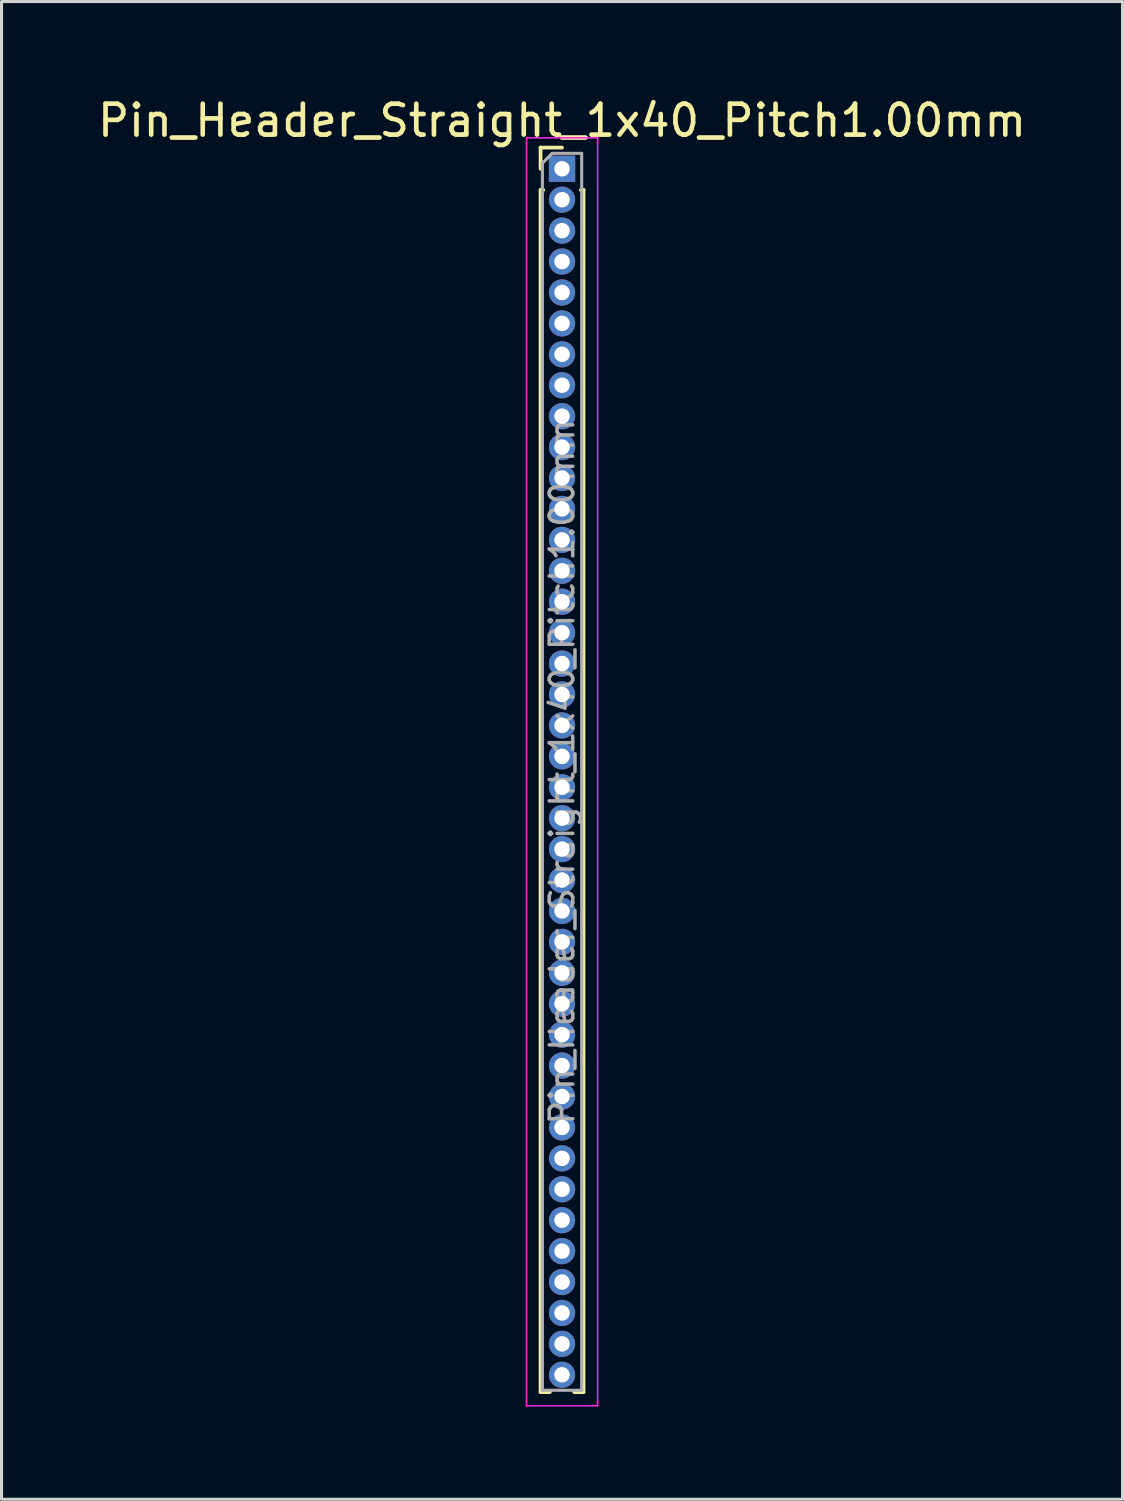
<source format=kicad_pcb>
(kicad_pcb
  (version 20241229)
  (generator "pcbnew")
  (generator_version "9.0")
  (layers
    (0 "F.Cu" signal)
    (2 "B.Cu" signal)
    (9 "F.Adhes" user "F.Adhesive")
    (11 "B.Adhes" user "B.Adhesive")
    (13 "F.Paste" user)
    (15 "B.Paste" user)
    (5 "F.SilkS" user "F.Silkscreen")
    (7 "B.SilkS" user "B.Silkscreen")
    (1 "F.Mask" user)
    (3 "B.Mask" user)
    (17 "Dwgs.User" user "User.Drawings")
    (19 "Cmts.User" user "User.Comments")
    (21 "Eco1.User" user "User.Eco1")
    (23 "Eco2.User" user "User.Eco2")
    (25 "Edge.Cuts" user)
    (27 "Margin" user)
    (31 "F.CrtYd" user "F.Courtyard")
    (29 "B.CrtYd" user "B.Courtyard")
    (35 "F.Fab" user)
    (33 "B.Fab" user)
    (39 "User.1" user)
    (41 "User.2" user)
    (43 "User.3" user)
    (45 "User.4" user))
  (footprint "Pin_Header_Straight_1x40_Pitch1.00mm"
    (layer "F.Cu")
    (at 15.125 2.408)
    (property "Reference" "Pin_Header_Straight_1x40_Pitch1.00mm" (at 0 -1.56 0) (layer "F.SilkS") (effects (font (size 1 1) (thickness 0.15))))
    (attr through_hole)
    (fp_line (start -0.695 -0.685) (end 0 -0.685) (stroke (width 0.12) (type solid)) (layer "F.SilkS"))
    (fp_line (start -0.695 0) (end -0.695 -0.685) (stroke (width 0.12) (type solid)) (layer "F.SilkS"))
    (fp_line (start -0.695 0.685) (end -0.695 39.56) (stroke (width 0.12) (type solid)) (layer "F.SilkS"))
    (fp_line (start -0.695 0.685) (end -0.608 0.685) (stroke (width 0.12) (type solid)) (layer "F.SilkS"))
    (fp_line (start -0.695 39.56) (end -0.394 39.56) (stroke (width 0.12) (type solid)) (layer "F.SilkS"))
    (fp_line (start 0.394 39.56) (end 0.695 39.56) (stroke (width 0.12) (type solid)) (layer "F.SilkS"))
    (fp_line (start 0.608 0.685) (end 0.695 0.685) (stroke (width 0.12) (type solid)) (layer "F.SilkS"))
    (fp_line (start 0.695 0.685) (end 0.695 39.56) (stroke (width 0.12) (type solid)) (layer "F.SilkS"))
    (fp_line (start -1.15 -1) (end -1.15 40) (stroke (width 0.05) (type solid)) (layer "F.CrtYd"))
    (fp_line (start -1.15 40) (end 1.15 40) (stroke (width 0.05) (type solid)) (layer "F.CrtYd"))
    (fp_line (start 1.15 -1) (end -1.15 -1) (stroke (width 0.05) (type solid)) (layer "F.CrtYd"))
    (fp_line (start 1.15 40) (end 1.15 -1) (stroke (width 0.05) (type solid)) (layer "F.CrtYd"))
    (fp_line (start -0.635 -0.182) (end -0.318 -0.5) (stroke (width 0.1) (type solid)) (layer "F.Fab"))
    (fp_line (start -0.635 39.5) (end -0.635 -0.182) (stroke (width 0.1) (type solid)) (layer "F.Fab"))
    (fp_line (start -0.318 -0.5) (end 0.635 -0.5) (stroke (width 0.1) (type solid)) (layer "F.Fab"))
    (fp_line (start 0.635 -0.5) (end 0.635 39.5) (stroke (width 0.1) (type solid)) (layer "F.Fab"))
    (fp_line (start 0.635 39.5) (end -0.635 39.5) (stroke (width 0.1) (type solid)) (layer "F.Fab"))
    (fp_text user "${REFERENCE}" (at 0 19.5 90) (layer "F.Fab") (effects (font (size 0.76 0.76) (thickness 0.114))))
    (pad "1" thru_hole rect (at 0 0) (size 0.85 0.85) (drill 0.5) (layers "*.Cu" "*.Mask"))
    (pad "2" thru_hole oval (at 0 1) (size 0.85 0.85) (drill 0.5) (layers "*.Cu" "*.Mask"))
    (pad "3" thru_hole oval (at 0 2) (size 0.85 0.85) (drill 0.5) (layers "*.Cu" "*.Mask"))
    (pad "4" thru_hole oval (at 0 3) (size 0.85 0.85) (drill 0.5) (layers "*.Cu" "*.Mask"))
    (pad "5" thru_hole oval (at 0 4) (size 0.85 0.85) (drill 0.5) (layers "*.Cu" "*.Mask"))
    (pad "6" thru_hole oval (at 0 5) (size 0.85 0.85) (drill 0.5) (layers "*.Cu" "*.Mask"))
    (pad "7" thru_hole oval (at 0 6) (size 0.85 0.85) (drill 0.5) (layers "*.Cu" "*.Mask"))
    (pad "8" thru_hole oval (at 0 7) (size 0.85 0.85) (drill 0.5) (layers "*.Cu" "*.Mask"))
    (pad "9" thru_hole oval (at 0 8) (size 0.85 0.85) (drill 0.5) (layers "*.Cu" "*.Mask"))
    (pad "10" thru_hole oval (at 0 9) (size 0.85 0.85) (drill 0.5) (layers "*.Cu" "*.Mask"))
    (pad "11" thru_hole oval (at 0 10) (size 0.85 0.85) (drill 0.5) (layers "*.Cu" "*.Mask"))
    (pad "12" thru_hole oval (at 0 11) (size 0.85 0.85) (drill 0.5) (layers "*.Cu" "*.Mask"))
    (pad "13" thru_hole oval (at 0 12) (size 0.85 0.85) (drill 0.5) (layers "*.Cu" "*.Mask"))
    (pad "14" thru_hole oval (at 0 13) (size 0.85 0.85) (drill 0.5) (layers "*.Cu" "*.Mask"))
    (pad "15" thru_hole oval (at 0 14) (size 0.85 0.85) (drill 0.5) (layers "*.Cu" "*.Mask"))
    (pad "16" thru_hole oval (at 0 15) (size 0.85 0.85) (drill 0.5) (layers "*.Cu" "*.Mask"))
    (pad "17" thru_hole oval (at 0 16) (size 0.85 0.85) (drill 0.5) (layers "*.Cu" "*.Mask"))
    (pad "18" thru_hole oval (at 0 17) (size 0.85 0.85) (drill 0.5) (layers "*.Cu" "*.Mask"))
    (pad "19" thru_hole oval (at 0 18) (size 0.85 0.85) (drill 0.5) (layers "*.Cu" "*.Mask"))
    (pad "20" thru_hole oval (at 0 19) (size 0.85 0.85) (drill 0.5) (layers "*.Cu" "*.Mask"))
    (pad "21" thru_hole oval (at 0 20) (size 0.85 0.85) (drill 0.5) (layers "*.Cu" "*.Mask"))
    (pad "22" thru_hole oval (at 0 21) (size 0.85 0.85) (drill 0.5) (layers "*.Cu" "*.Mask"))
    (pad "23" thru_hole oval (at 0 22) (size 0.85 0.85) (drill 0.5) (layers "*.Cu" "*.Mask"))
    (pad "24" thru_hole oval (at 0 23) (size 0.85 0.85) (drill 0.5) (layers "*.Cu" "*.Mask"))
    (pad "25" thru_hole oval (at 0 24) (size 0.85 0.85) (drill 0.5) (layers "*.Cu" "*.Mask"))
    (pad "26" thru_hole oval (at 0 25) (size 0.85 0.85) (drill 0.5) (layers "*.Cu" "*.Mask"))
    (pad "27" thru_hole oval (at 0 26) (size 0.85 0.85) (drill 0.5) (layers "*.Cu" "*.Mask"))
    (pad "28" thru_hole oval (at 0 27) (size 0.85 0.85) (drill 0.5) (layers "*.Cu" "*.Mask"))
    (pad "29" thru_hole oval (at 0 28) (size 0.85 0.85) (drill 0.5) (layers "*.Cu" "*.Mask"))
    (pad "30" thru_hole oval (at 0 29) (size 0.85 0.85) (drill 0.5) (layers "*.Cu" "*.Mask"))
    (pad "31" thru_hole oval (at 0 30) (size 0.85 0.85) (drill 0.5) (layers "*.Cu" "*.Mask"))
    (pad "32" thru_hole oval (at 0 31) (size 0.85 0.85) (drill 0.5) (layers "*.Cu" "*.Mask"))
    (pad "33" thru_hole oval (at 0 32) (size 0.85 0.85) (drill 0.5) (layers "*.Cu" "*.Mask"))
    (pad "34" thru_hole oval (at 0 33) (size 0.85 0.85) (drill 0.5) (layers "*.Cu" "*.Mask"))
    (pad "35" thru_hole oval (at 0 34) (size 0.85 0.85) (drill 0.5) (layers "*.Cu" "*.Mask"))
    (pad "36" thru_hole oval (at 0 35) (size 0.85 0.85) (drill 0.5) (layers "*.Cu" "*.Mask"))
    (pad "37" thru_hole oval (at 0 36) (size 0.85 0.85) (drill 0.5) (layers "*.Cu" "*.Mask"))
    (pad "38" thru_hole oval (at 0 37) (size 0.85 0.85) (drill 0.5) (layers "*.Cu" "*.Mask"))
    (pad "39" thru_hole oval (at 0 38) (size 0.85 0.85) (drill 0.5) (layers "*.Cu" "*.Mask"))
    (pad "40" thru_hole oval (at 0 39) (size 0.85 0.85) (drill 0.5) (layers "*.Cu" "*.Mask")))
  (gr_rect
    (start -3 -3)
    (end 33.25 45.433)
    (stroke (width 0.1) (type default))
    (fill no)
    (layer "Edge.Cuts")))
</source>
